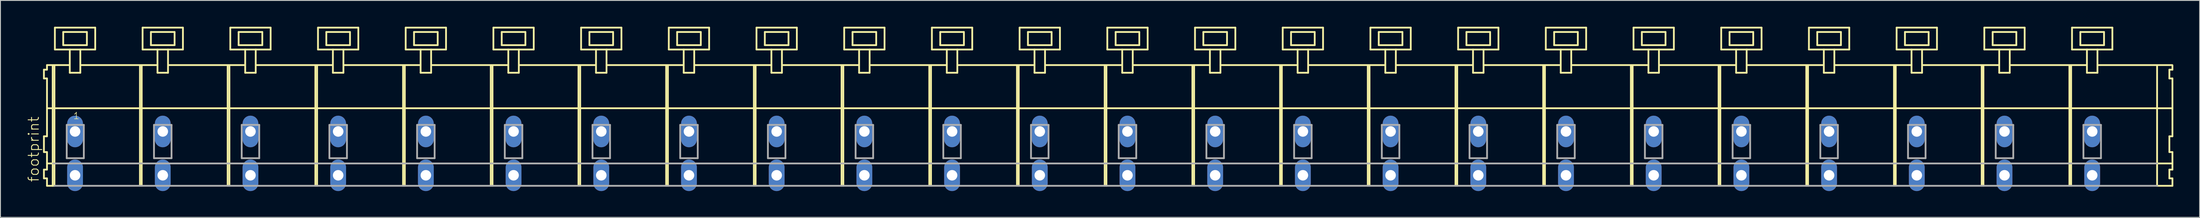
<source format=kicad_pcb>
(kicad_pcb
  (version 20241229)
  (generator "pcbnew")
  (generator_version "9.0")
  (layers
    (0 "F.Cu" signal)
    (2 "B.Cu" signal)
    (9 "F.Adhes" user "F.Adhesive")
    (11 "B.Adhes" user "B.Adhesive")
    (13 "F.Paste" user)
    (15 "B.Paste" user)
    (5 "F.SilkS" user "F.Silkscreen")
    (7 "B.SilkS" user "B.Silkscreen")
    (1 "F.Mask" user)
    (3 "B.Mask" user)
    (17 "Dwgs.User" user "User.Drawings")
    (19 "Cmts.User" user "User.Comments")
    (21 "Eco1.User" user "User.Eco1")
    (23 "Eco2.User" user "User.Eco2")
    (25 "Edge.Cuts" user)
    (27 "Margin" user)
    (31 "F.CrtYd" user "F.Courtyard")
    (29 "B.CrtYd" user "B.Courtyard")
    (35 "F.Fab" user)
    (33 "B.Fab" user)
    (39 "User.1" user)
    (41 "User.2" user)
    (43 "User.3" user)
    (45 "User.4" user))
  (footprint "footprint"
    (layer "F.Cu")
    (at 123.008 11.952)
    (property "Reference" "footprint" (at -121.535 5.855 90) (layer "F.SilkS") (effects (font (size 1.168 1.168) (thickness 0.102)) (justify left bottom)))
    (fp_line (start -121.05 -7.05) (end -121.05 -6.05) (stroke (width 0.203) (type solid)) (layer "F.SilkS"))
    (fp_line (start -121.05 -6.05) (end -120.7 -6.05) (stroke (width 0.203) (type solid)) (layer "F.SilkS"))
    (fp_line (start -121.05 0.55) (end -121.05 2.35) (stroke (width 0.203) (type solid)) (layer "F.SilkS"))
    (fp_line (start -121.05 2.35) (end -120.7 2.35) (stroke (width 0.203) (type solid)) (layer "F.SilkS"))
    (fp_line (start -121.05 4.35) (end -121.05 5.35) (stroke (width 0.203) (type solid)) (layer "F.SilkS"))
    (fp_line (start -121.05 5.35) (end -120.7 5.35) (stroke (width 0.203) (type solid)) (layer "F.SilkS"))
    (fp_line (start -120.7 -7.575) (end -120.7 -7.05) (stroke (width 0.203) (type solid)) (layer "F.SilkS"))
    (fp_line (start -120.7 -7.575) (end -118.125 -7.575) (stroke (width 0.203) (type solid)) (layer "F.SilkS"))
    (fp_line (start -120.7 -7.05) (end -121.05 -7.05) (stroke (width 0.203) (type solid)) (layer "F.SilkS"))
    (fp_line (start -120.7 -6.05) (end -120.7 0.55) (stroke (width 0.203) (type solid)) (layer "F.SilkS"))
    (fp_line (start -120.7 0.55) (end -121.05 0.55) (stroke (width 0.203) (type solid)) (layer "F.SilkS"))
    (fp_line (start -120.7 2.35) (end -120.7 4.35) (stroke (width 0.203) (type solid)) (layer "F.SilkS"))
    (fp_line (start -120.7 3.65) (end -120 3.65) (stroke (width 0.203) (type solid)) (layer "F.SilkS"))
    (fp_line (start -120.7 4.35) (end -121.05 4.35) (stroke (width 0.203) (type solid)) (layer "F.SilkS"))
    (fp_line (start -120.7 5.35) (end -120.7 6.2) (stroke (width 0.203) (type solid)) (layer "F.SilkS"))
    (fp_line (start -120.7 6.2) (end -120.05 6.2) (stroke (width 0.203) (type solid)) (layer "F.SilkS"))
    (fp_line (start -120.65 -2.65) (end 121.6 -2.65) (stroke (width 0.203) (type solid)) (layer "F.SilkS"))
    (fp_line (start -120.05 -7.55) (end -120.05 6.2) (stroke (width 0.203) (type solid)) (layer "F.SilkS"))
    (fp_line (start -120.05 6.2) (end -119.85 6.2) (stroke (width 0.203) (type solid)) (layer "F.SilkS"))
    (fp_line (start -119.85 -7.55) (end -119.85 6.2) (stroke (width 0.203) (type solid)) (layer "F.SilkS"))
    (fp_line (start -119.8 -11.85) (end -119.8 -9.35) (stroke (width 0.203) (type solid)) (layer "F.SilkS"))
    (fp_line (start -119.8 -9.35) (end -118.1 -9.35) (stroke (width 0.203) (type solid)) (layer "F.SilkS"))
    (fp_line (start -118.85 -11.35) (end -118.85 -9.85) (stroke (width 0.203) (type solid)) (layer "F.SilkS"))
    (fp_line (start -118.85 -9.85) (end -116.15 -9.85) (stroke (width 0.203) (type solid)) (layer "F.SilkS"))
    (fp_line (start -118.1 -9.35) (end -118.1 -6.7) (stroke (width 0.203) (type solid)) (layer "F.SilkS"))
    (fp_line (start -118.1 -9.35) (end -116.9 -9.35) (stroke (width 0.203) (type solid)) (layer "F.SilkS"))
    (fp_line (start -118.1 -6.7) (end -116.9 -6.7) (stroke (width 0.203) (type solid)) (layer "F.SilkS"))
    (fp_line (start -116.9 -9.35) (end -115.2 -9.35) (stroke (width 0.203) (type solid)) (layer "F.SilkS"))
    (fp_line (start -116.9 -6.7) (end -116.9 -9.35) (stroke (width 0.203) (type solid)) (layer "F.SilkS"))
    (fp_line (start -116.825 -7.575) (end -108.125 -7.575) (stroke (width 0.203) (type solid)) (layer "F.SilkS"))
    (fp_line (start -116.15 -11.35) (end -118.85 -11.35) (stroke (width 0.203) (type solid)) (layer "F.SilkS"))
    (fp_line (start -116.15 -9.85) (end -116.15 -11.35) (stroke (width 0.203) (type solid)) (layer "F.SilkS"))
    (fp_line (start -115.2 -11.85) (end -119.8 -11.85) (stroke (width 0.203) (type solid)) (layer "F.SilkS"))
    (fp_line (start -115.2 -9.35) (end -115.2 -11.85) (stroke (width 0.203) (type solid)) (layer "F.SilkS"))
    (fp_line (start -110.1 -7.55) (end -110.1 6.2) (stroke (width 0.203) (type solid)) (layer "F.SilkS"))
    (fp_line (start -109.9 -7.55) (end -109.9 6.2) (stroke (width 0.203) (type solid)) (layer "F.SilkS"))
    (fp_line (start -109.8 -11.85) (end -109.8 -9.35) (stroke (width 0.203) (type solid)) (layer "F.SilkS"))
    (fp_line (start -109.8 -9.35) (end -108.1 -9.35) (stroke (width 0.203) (type solid)) (layer "F.SilkS"))
    (fp_line (start -108.85 -11.35) (end -108.85 -9.85) (stroke (width 0.203) (type solid)) (layer "F.SilkS"))
    (fp_line (start -108.85 -9.85) (end -106.15 -9.85) (stroke (width 0.203) (type solid)) (layer "F.SilkS"))
    (fp_line (start -108.1 -9.35) (end -108.1 -6.7) (stroke (width 0.203) (type solid)) (layer "F.SilkS"))
    (fp_line (start -108.1 -9.35) (end -106.9 -9.35) (stroke (width 0.203) (type solid)) (layer "F.SilkS"))
    (fp_line (start -108.1 -6.7) (end -106.9 -6.7) (stroke (width 0.203) (type solid)) (layer "F.SilkS"))
    (fp_line (start -106.9 -9.35) (end -105.2 -9.35) (stroke (width 0.203) (type solid)) (layer "F.SilkS"))
    (fp_line (start -106.9 -6.7) (end -106.9 -9.35) (stroke (width 0.203) (type solid)) (layer "F.SilkS"))
    (fp_line (start -106.825 -7.575) (end -98.125 -7.575) (stroke (width 0.203) (type solid)) (layer "F.SilkS"))
    (fp_line (start -106.15 -11.35) (end -108.85 -11.35) (stroke (width 0.203) (type solid)) (layer "F.SilkS"))
    (fp_line (start -106.15 -9.85) (end -106.15 -11.35) (stroke (width 0.203) (type solid)) (layer "F.SilkS"))
    (fp_line (start -105.2 -11.85) (end -109.8 -11.85) (stroke (width 0.203) (type solid)) (layer "F.SilkS"))
    (fp_line (start -105.2 -9.35) (end -105.2 -11.85) (stroke (width 0.203) (type solid)) (layer "F.SilkS"))
    (fp_line (start -100.1 -7.55) (end -100.1 6.2) (stroke (width 0.203) (type solid)) (layer "F.SilkS"))
    (fp_line (start -99.9 -7.55) (end -99.9 6.2) (stroke (width 0.203) (type solid)) (layer "F.SilkS"))
    (fp_line (start -99.8 -11.85) (end -99.8 -9.35) (stroke (width 0.203) (type solid)) (layer "F.SilkS"))
    (fp_line (start -99.8 -9.35) (end -98.1 -9.35) (stroke (width 0.203) (type solid)) (layer "F.SilkS"))
    (fp_line (start -98.85 -11.35) (end -98.85 -9.85) (stroke (width 0.203) (type solid)) (layer "F.SilkS"))
    (fp_line (start -98.85 -9.85) (end -96.15 -9.85) (stroke (width 0.203) (type solid)) (layer "F.SilkS"))
    (fp_line (start -98.1 -9.35) (end -98.1 -6.7) (stroke (width 0.203) (type solid)) (layer "F.SilkS"))
    (fp_line (start -98.1 -9.35) (end -96.9 -9.35) (stroke (width 0.203) (type solid)) (layer "F.SilkS"))
    (fp_line (start -98.1 -6.7) (end -96.9 -6.7) (stroke (width 0.203) (type solid)) (layer "F.SilkS"))
    (fp_line (start -96.9 -9.35) (end -95.2 -9.35) (stroke (width 0.203) (type solid)) (layer "F.SilkS"))
    (fp_line (start -96.9 -6.7) (end -96.9 -9.35) (stroke (width 0.203) (type solid)) (layer "F.SilkS"))
    (fp_line (start -96.825 -7.575) (end -88.125 -7.575) (stroke (width 0.203) (type solid)) (layer "F.SilkS"))
    (fp_line (start -96.15 -11.35) (end -98.85 -11.35) (stroke (width 0.203) (type solid)) (layer "F.SilkS"))
    (fp_line (start -96.15 -9.85) (end -96.15 -11.35) (stroke (width 0.203) (type solid)) (layer "F.SilkS"))
    (fp_line (start -95.2 -11.85) (end -99.8 -11.85) (stroke (width 0.203) (type solid)) (layer "F.SilkS"))
    (fp_line (start -95.2 -9.35) (end -95.2 -11.85) (stroke (width 0.203) (type solid)) (layer "F.SilkS"))
    (fp_line (start -90.1 -7.55) (end -90.1 6.2) (stroke (width 0.203) (type solid)) (layer "F.SilkS"))
    (fp_line (start -89.9 -7.55) (end -89.9 6.2) (stroke (width 0.203) (type solid)) (layer "F.SilkS"))
    (fp_line (start -89.8 -11.85) (end -89.8 -9.35) (stroke (width 0.203) (type solid)) (layer "F.SilkS"))
    (fp_line (start -89.8 -9.35) (end -88.1 -9.35) (stroke (width 0.203) (type solid)) (layer "F.SilkS"))
    (fp_line (start -88.85 -11.35) (end -88.85 -9.85) (stroke (width 0.203) (type solid)) (layer "F.SilkS"))
    (fp_line (start -88.85 -9.85) (end -86.15 -9.85) (stroke (width 0.203) (type solid)) (layer "F.SilkS"))
    (fp_line (start -88.1 -9.35) (end -88.1 -6.7) (stroke (width 0.203) (type solid)) (layer "F.SilkS"))
    (fp_line (start -88.1 -9.35) (end -86.9 -9.35) (stroke (width 0.203) (type solid)) (layer "F.SilkS"))
    (fp_line (start -88.1 -6.7) (end -86.9 -6.7) (stroke (width 0.203) (type solid)) (layer "F.SilkS"))
    (fp_line (start -86.9 -9.35) (end -85.2 -9.35) (stroke (width 0.203) (type solid)) (layer "F.SilkS"))
    (fp_line (start -86.9 -6.7) (end -86.9 -9.35) (stroke (width 0.203) (type solid)) (layer "F.SilkS"))
    (fp_line (start -86.825 -7.575) (end -78.125 -7.575) (stroke (width 0.203) (type solid)) (layer "F.SilkS"))
    (fp_line (start -86.15 -11.35) (end -88.85 -11.35) (stroke (width 0.203) (type solid)) (layer "F.SilkS"))
    (fp_line (start -86.15 -9.85) (end -86.15 -11.35) (stroke (width 0.203) (type solid)) (layer "F.SilkS"))
    (fp_line (start -85.2 -11.85) (end -89.8 -11.85) (stroke (width 0.203) (type solid)) (layer "F.SilkS"))
    (fp_line (start -85.2 -9.35) (end -85.2 -11.85) (stroke (width 0.203) (type solid)) (layer "F.SilkS"))
    (fp_line (start -80.1 -7.55) (end -80.1 6.2) (stroke (width 0.203) (type solid)) (layer "F.SilkS"))
    (fp_line (start -79.9 -7.55) (end -79.9 6.2) (stroke (width 0.203) (type solid)) (layer "F.SilkS"))
    (fp_line (start -79.8 -11.85) (end -79.8 -9.35) (stroke (width 0.203) (type solid)) (layer "F.SilkS"))
    (fp_line (start -79.8 -9.35) (end -78.1 -9.35) (stroke (width 0.203) (type solid)) (layer "F.SilkS"))
    (fp_line (start -78.85 -11.35) (end -78.85 -9.85) (stroke (width 0.203) (type solid)) (layer "F.SilkS"))
    (fp_line (start -78.85 -9.85) (end -76.15 -9.85) (stroke (width 0.203) (type solid)) (layer "F.SilkS"))
    (fp_line (start -78.1 -9.35) (end -78.1 -6.7) (stroke (width 0.203) (type solid)) (layer "F.SilkS"))
    (fp_line (start -78.1 -9.35) (end -76.9 -9.35) (stroke (width 0.203) (type solid)) (layer "F.SilkS"))
    (fp_line (start -78.1 -6.7) (end -76.9 -6.7) (stroke (width 0.203) (type solid)) (layer "F.SilkS"))
    (fp_line (start -76.9 -9.35) (end -75.2 -9.35) (stroke (width 0.203) (type solid)) (layer "F.SilkS"))
    (fp_line (start -76.9 -6.7) (end -76.9 -9.35) (stroke (width 0.203) (type solid)) (layer "F.SilkS"))
    (fp_line (start -76.825 -7.575) (end -68.125 -7.575) (stroke (width 0.203) (type solid)) (layer "F.SilkS"))
    (fp_line (start -76.15 -11.35) (end -78.85 -11.35) (stroke (width 0.203) (type solid)) (layer "F.SilkS"))
    (fp_line (start -76.15 -9.85) (end -76.15 -11.35) (stroke (width 0.203) (type solid)) (layer "F.SilkS"))
    (fp_line (start -75.2 -11.85) (end -79.8 -11.85) (stroke (width 0.203) (type solid)) (layer "F.SilkS"))
    (fp_line (start -75.2 -9.35) (end -75.2 -11.85) (stroke (width 0.203) (type solid)) (layer "F.SilkS"))
    (fp_line (start -70.1 -7.55) (end -70.1 6.2) (stroke (width 0.203) (type solid)) (layer "F.SilkS"))
    (fp_line (start -69.9 -7.55) (end -69.9 6.2) (stroke (width 0.203) (type solid)) (layer "F.SilkS"))
    (fp_line (start -69.8 -11.85) (end -69.8 -9.35) (stroke (width 0.203) (type solid)) (layer "F.SilkS"))
    (fp_line (start -69.8 -9.35) (end -68.1 -9.35) (stroke (width 0.203) (type solid)) (layer "F.SilkS"))
    (fp_line (start -68.85 -11.35) (end -68.85 -9.85) (stroke (width 0.203) (type solid)) (layer "F.SilkS"))
    (fp_line (start -68.85 -9.85) (end -66.15 -9.85) (stroke (width 0.203) (type solid)) (layer "F.SilkS"))
    (fp_line (start -68.1 -9.35) (end -68.1 -6.7) (stroke (width 0.203) (type solid)) (layer "F.SilkS"))
    (fp_line (start -68.1 -9.35) (end -66.9 -9.35) (stroke (width 0.203) (type solid)) (layer "F.SilkS"))
    (fp_line (start -68.1 -6.7) (end -66.9 -6.7) (stroke (width 0.203) (type solid)) (layer "F.SilkS"))
    (fp_line (start -66.9 -9.35) (end -65.2 -9.35) (stroke (width 0.203) (type solid)) (layer "F.SilkS"))
    (fp_line (start -66.9 -6.7) (end -66.9 -9.35) (stroke (width 0.203) (type solid)) (layer "F.SilkS"))
    (fp_line (start -66.825 -7.575) (end -58.125 -7.575) (stroke (width 0.203) (type solid)) (layer "F.SilkS"))
    (fp_line (start -66.15 -11.35) (end -68.85 -11.35) (stroke (width 0.203) (type solid)) (layer "F.SilkS"))
    (fp_line (start -66.15 -9.85) (end -66.15 -11.35) (stroke (width 0.203) (type solid)) (layer "F.SilkS"))
    (fp_line (start -65.2 -11.85) (end -69.8 -11.85) (stroke (width 0.203) (type solid)) (layer "F.SilkS"))
    (fp_line (start -65.2 -9.35) (end -65.2 -11.85) (stroke (width 0.203) (type solid)) (layer "F.SilkS"))
    (fp_line (start -60.1 -7.55) (end -60.1 6.2) (stroke (width 0.203) (type solid)) (layer "F.SilkS"))
    (fp_line (start -59.9 -7.55) (end -59.9 6.2) (stroke (width 0.203) (type solid)) (layer "F.SilkS"))
    (fp_line (start -59.8 -11.85) (end -59.8 -9.35) (stroke (width 0.203) (type solid)) (layer "F.SilkS"))
    (fp_line (start -59.8 -9.35) (end -58.1 -9.35) (stroke (width 0.203) (type solid)) (layer "F.SilkS"))
    (fp_line (start -58.85 -11.35) (end -58.85 -9.85) (stroke (width 0.203) (type solid)) (layer "F.SilkS"))
    (fp_line (start -58.85 -9.85) (end -56.15 -9.85) (stroke (width 0.203) (type solid)) (layer "F.SilkS"))
    (fp_line (start -58.1 -9.35) (end -58.1 -6.7) (stroke (width 0.203) (type solid)) (layer "F.SilkS"))
    (fp_line (start -58.1 -9.35) (end -56.9 -9.35) (stroke (width 0.203) (type solid)) (layer "F.SilkS"))
    (fp_line (start -58.1 -6.7) (end -56.9 -6.7) (stroke (width 0.203) (type solid)) (layer "F.SilkS"))
    (fp_line (start -56.9 -9.35) (end -55.2 -9.35) (stroke (width 0.203) (type solid)) (layer "F.SilkS"))
    (fp_line (start -56.9 -6.7) (end -56.9 -9.35) (stroke (width 0.203) (type solid)) (layer "F.SilkS"))
    (fp_line (start -56.825 -7.575) (end -48.125 -7.575) (stroke (width 0.203) (type solid)) (layer "F.SilkS"))
    (fp_line (start -56.15 -11.35) (end -58.85 -11.35) (stroke (width 0.203) (type solid)) (layer "F.SilkS"))
    (fp_line (start -56.15 -9.85) (end -56.15 -11.35) (stroke (width 0.203) (type solid)) (layer "F.SilkS"))
    (fp_line (start -55.2 -11.85) (end -59.8 -11.85) (stroke (width 0.203) (type solid)) (layer "F.SilkS"))
    (fp_line (start -55.2 -9.35) (end -55.2 -11.85) (stroke (width 0.203) (type solid)) (layer "F.SilkS"))
    (fp_line (start -50.1 -7.55) (end -50.1 6.2) (stroke (width 0.203) (type solid)) (layer "F.SilkS"))
    (fp_line (start -49.9 -7.55) (end -49.9 6.2) (stroke (width 0.203) (type solid)) (layer "F.SilkS"))
    (fp_line (start -49.8 -11.85) (end -49.8 -9.35) (stroke (width 0.203) (type solid)) (layer "F.SilkS"))
    (fp_line (start -49.8 -9.35) (end -48.1 -9.35) (stroke (width 0.203) (type solid)) (layer "F.SilkS"))
    (fp_line (start -48.85 -11.35) (end -48.85 -9.85) (stroke (width 0.203) (type solid)) (layer "F.SilkS"))
    (fp_line (start -48.85 -9.85) (end -46.15 -9.85) (stroke (width 0.203) (type solid)) (layer "F.SilkS"))
    (fp_line (start -48.1 -9.35) (end -48.1 -6.7) (stroke (width 0.203) (type solid)) (layer "F.SilkS"))
    (fp_line (start -48.1 -9.35) (end -46.9 -9.35) (stroke (width 0.203) (type solid)) (layer "F.SilkS"))
    (fp_line (start -48.1 -6.7) (end -46.9 -6.7) (stroke (width 0.203) (type solid)) (layer "F.SilkS"))
    (fp_line (start -46.9 -9.35) (end -45.2 -9.35) (stroke (width 0.203) (type solid)) (layer "F.SilkS"))
    (fp_line (start -46.9 -6.7) (end -46.9 -9.35) (stroke (width 0.203) (type solid)) (layer "F.SilkS"))
    (fp_line (start -46.825 -7.575) (end -38.125 -7.575) (stroke (width 0.203) (type solid)) (layer "F.SilkS"))
    (fp_line (start -46.15 -11.35) (end -48.85 -11.35) (stroke (width 0.203) (type solid)) (layer "F.SilkS"))
    (fp_line (start -46.15 -9.85) (end -46.15 -11.35) (stroke (width 0.203) (type solid)) (layer "F.SilkS"))
    (fp_line (start -45.2 -11.85) (end -49.8 -11.85) (stroke (width 0.203) (type solid)) (layer "F.SilkS"))
    (fp_line (start -45.2 -9.35) (end -45.2 -11.85) (stroke (width 0.203) (type solid)) (layer "F.SilkS"))
    (fp_line (start -40.1 -7.55) (end -40.1 6.2) (stroke (width 0.203) (type solid)) (layer "F.SilkS"))
    (fp_line (start -39.9 -7.55) (end -39.9 6.2) (stroke (width 0.203) (type solid)) (layer "F.SilkS"))
    (fp_line (start -39.8 -11.85) (end -39.8 -9.35) (stroke (width 0.203) (type solid)) (layer "F.SilkS"))
    (fp_line (start -39.8 -9.35) (end -38.1 -9.35) (stroke (width 0.203) (type solid)) (layer "F.SilkS"))
    (fp_line (start -38.85 -11.35) (end -38.85 -9.85) (stroke (width 0.203) (type solid)) (layer "F.SilkS"))
    (fp_line (start -38.85 -9.85) (end -36.15 -9.85) (stroke (width 0.203) (type solid)) (layer "F.SilkS"))
    (fp_line (start -38.1 -9.35) (end -38.1 -6.7) (stroke (width 0.203) (type solid)) (layer "F.SilkS"))
    (fp_line (start -38.1 -9.35) (end -36.9 -9.35) (stroke (width 0.203) (type solid)) (layer "F.SilkS"))
    (fp_line (start -38.1 -6.7) (end -36.9 -6.7) (stroke (width 0.203) (type solid)) (layer "F.SilkS"))
    (fp_line (start -36.9 -9.35) (end -35.2 -9.35) (stroke (width 0.203) (type solid)) (layer "F.SilkS"))
    (fp_line (start -36.9 -6.7) (end -36.9 -9.35) (stroke (width 0.203) (type solid)) (layer "F.SilkS"))
    (fp_line (start -36.825 -7.575) (end -28.125 -7.575) (stroke (width 0.203) (type solid)) (layer "F.SilkS"))
    (fp_line (start -36.15 -11.35) (end -38.85 -11.35) (stroke (width 0.203) (type solid)) (layer "F.SilkS"))
    (fp_line (start -36.15 -9.85) (end -36.15 -11.35) (stroke (width 0.203) (type solid)) (layer "F.SilkS"))
    (fp_line (start -35.2 -11.85) (end -39.8 -11.85) (stroke (width 0.203) (type solid)) (layer "F.SilkS"))
    (fp_line (start -35.2 -9.35) (end -35.2 -11.85) (stroke (width 0.203) (type solid)) (layer "F.SilkS"))
    (fp_line (start -30.1 -7.55) (end -30.1 6.2) (stroke (width 0.203) (type solid)) (layer "F.SilkS"))
    (fp_line (start -29.9 -7.55) (end -29.9 6.2) (stroke (width 0.203) (type solid)) (layer "F.SilkS"))
    (fp_line (start -29.8 -11.85) (end -29.8 -9.35) (stroke (width 0.203) (type solid)) (layer "F.SilkS"))
    (fp_line (start -29.8 -9.35) (end -28.1 -9.35) (stroke (width 0.203) (type solid)) (layer "F.SilkS"))
    (fp_line (start -28.85 -11.35) (end -28.85 -9.85) (stroke (width 0.203) (type solid)) (layer "F.SilkS"))
    (fp_line (start -28.85 -9.85) (end -26.15 -9.85) (stroke (width 0.203) (type solid)) (layer "F.SilkS"))
    (fp_line (start -28.1 -9.35) (end -28.1 -6.7) (stroke (width 0.203) (type solid)) (layer "F.SilkS"))
    (fp_line (start -28.1 -9.35) (end -26.9 -9.35) (stroke (width 0.203) (type solid)) (layer "F.SilkS"))
    (fp_line (start -28.1 -6.7) (end -26.9 -6.7) (stroke (width 0.203) (type solid)) (layer "F.SilkS"))
    (fp_line (start -26.9 -9.35) (end -25.2 -9.35) (stroke (width 0.203) (type solid)) (layer "F.SilkS"))
    (fp_line (start -26.9 -6.7) (end -26.9 -9.35) (stroke (width 0.203) (type solid)) (layer "F.SilkS"))
    (fp_line (start -26.825 -7.575) (end -18.125 -7.575) (stroke (width 0.203) (type solid)) (layer "F.SilkS"))
    (fp_line (start -26.15 -11.35) (end -28.85 -11.35) (stroke (width 0.203) (type solid)) (layer "F.SilkS"))
    (fp_line (start -26.15 -9.85) (end -26.15 -11.35) (stroke (width 0.203) (type solid)) (layer "F.SilkS"))
    (fp_line (start -25.2 -11.85) (end -29.8 -11.85) (stroke (width 0.203) (type solid)) (layer "F.SilkS"))
    (fp_line (start -25.2 -9.35) (end -25.2 -11.85) (stroke (width 0.203) (type solid)) (layer "F.SilkS"))
    (fp_line (start -20.1 -7.55) (end -20.1 6.2) (stroke (width 0.203) (type solid)) (layer "F.SilkS"))
    (fp_line (start -19.9 -7.55) (end -19.9 6.2) (stroke (width 0.203) (type solid)) (layer "F.SilkS"))
    (fp_line (start -19.8 -11.85) (end -19.8 -9.35) (stroke (width 0.203) (type solid)) (layer "F.SilkS"))
    (fp_line (start -19.8 -9.35) (end -18.1 -9.35) (stroke (width 0.203) (type solid)) (layer "F.SilkS"))
    (fp_line (start -18.85 -11.35) (end -18.85 -9.85) (stroke (width 0.203) (type solid)) (layer "F.SilkS"))
    (fp_line (start -18.85 -9.85) (end -16.15 -9.85) (stroke (width 0.203) (type solid)) (layer "F.SilkS"))
    (fp_line (start -18.1 -9.35) (end -18.1 -6.7) (stroke (width 0.203) (type solid)) (layer "F.SilkS"))
    (fp_line (start -18.1 -9.35) (end -16.9 -9.35) (stroke (width 0.203) (type solid)) (layer "F.SilkS"))
    (fp_line (start -18.1 -6.7) (end -16.9 -6.7) (stroke (width 0.203) (type solid)) (layer "F.SilkS"))
    (fp_line (start -16.9 -9.35) (end -15.2 -9.35) (stroke (width 0.203) (type solid)) (layer "F.SilkS"))
    (fp_line (start -16.9 -6.7) (end -16.9 -9.35) (stroke (width 0.203) (type solid)) (layer "F.SilkS"))
    (fp_line (start -16.825 -7.575) (end -8.125 -7.575) (stroke (width 0.203) (type solid)) (layer "F.SilkS"))
    (fp_line (start -16.15 -11.35) (end -18.85 -11.35) (stroke (width 0.203) (type solid)) (layer "F.SilkS"))
    (fp_line (start -16.15 -9.85) (end -16.15 -11.35) (stroke (width 0.203) (type solid)) (layer "F.SilkS"))
    (fp_line (start -15.2 -11.85) (end -19.8 -11.85) (stroke (width 0.203) (type solid)) (layer "F.SilkS"))
    (fp_line (start -15.2 -9.35) (end -15.2 -11.85) (stroke (width 0.203) (type solid)) (layer "F.SilkS"))
    (fp_line (start -10.1 -7.55) (end -10.1 6.2) (stroke (width 0.203) (type solid)) (layer "F.SilkS"))
    (fp_line (start -9.9 -7.55) (end -9.9 6.2) (stroke (width 0.203) (type solid)) (layer "F.SilkS"))
    (fp_line (start -9.8 -11.85) (end -9.8 -9.35) (stroke (width 0.203) (type solid)) (layer "F.SilkS"))
    (fp_line (start -9.8 -9.35) (end -8.1 -9.35) (stroke (width 0.203) (type solid)) (layer "F.SilkS"))
    (fp_line (start -8.85 -11.35) (end -8.85 -9.85) (stroke (width 0.203) (type solid)) (layer "F.SilkS"))
    (fp_line (start -8.85 -9.85) (end -6.15 -9.85) (stroke (width 0.203) (type solid)) (layer "F.SilkS"))
    (fp_line (start -8.1 -9.35) (end -8.1 -6.7) (stroke (width 0.203) (type solid)) (layer "F.SilkS"))
    (fp_line (start -8.1 -9.35) (end -6.9 -9.35) (stroke (width 0.203) (type solid)) (layer "F.SilkS"))
    (fp_line (start -8.1 -6.7) (end -6.9 -6.7) (stroke (width 0.203) (type solid)) (layer "F.SilkS"))
    (fp_line (start -6.9 -9.35) (end -5.2 -9.35) (stroke (width 0.203) (type solid)) (layer "F.SilkS"))
    (fp_line (start -6.9 -6.7) (end -6.9 -9.35) (stroke (width 0.203) (type solid)) (layer "F.SilkS"))
    (fp_line (start -6.825 -7.575) (end 1.875 -7.575) (stroke (width 0.203) (type solid)) (layer "F.SilkS"))
    (fp_line (start -6.15 -11.35) (end -8.85 -11.35) (stroke (width 0.203) (type solid)) (layer "F.SilkS"))
    (fp_line (start -6.15 -9.85) (end -6.15 -11.35) (stroke (width 0.203) (type solid)) (layer "F.SilkS"))
    (fp_line (start -5.2 -11.85) (end -9.8 -11.85) (stroke (width 0.203) (type solid)) (layer "F.SilkS"))
    (fp_line (start -5.2 -9.35) (end -5.2 -11.85) (stroke (width 0.203) (type solid)) (layer "F.SilkS"))
    (fp_line (start -0.1 -7.55) (end -0.1 6.2) (stroke (width 0.203) (type solid)) (layer "F.SilkS"))
    (fp_line (start 0.1 -7.55) (end 0.1 6.2) (stroke (width 0.203) (type solid)) (layer "F.SilkS"))
    (fp_line (start 0.2 -11.85) (end 0.2 -9.35) (stroke (width 0.203) (type solid)) (layer "F.SilkS"))
    (fp_line (start 0.2 -9.35) (end 1.9 -9.35) (stroke (width 0.203) (type solid)) (layer "F.SilkS"))
    (fp_line (start 1.15 -11.35) (end 1.15 -9.85) (stroke (width 0.203) (type solid)) (layer "F.SilkS"))
    (fp_line (start 1.15 -9.85) (end 3.85 -9.85) (stroke (width 0.203) (type solid)) (layer "F.SilkS"))
    (fp_line (start 1.9 -9.35) (end 1.9 -6.7) (stroke (width 0.203) (type solid)) (layer "F.SilkS"))
    (fp_line (start 1.9 -9.35) (end 3.1 -9.35) (stroke (width 0.203) (type solid)) (layer "F.SilkS"))
    (fp_line (start 1.9 -6.7) (end 3.1 -6.7) (stroke (width 0.203) (type solid)) (layer "F.SilkS"))
    (fp_line (start 3.1 -9.35) (end 4.8 -9.35) (stroke (width 0.203) (type solid)) (layer "F.SilkS"))
    (fp_line (start 3.1 -6.7) (end 3.1 -9.35) (stroke (width 0.203) (type solid)) (layer "F.SilkS"))
    (fp_line (start 3.175 -7.575) (end 11.875 -7.575) (stroke (width 0.203) (type solid)) (layer "F.SilkS"))
    (fp_line (start 3.85 -11.35) (end 1.15 -11.35) (stroke (width 0.203) (type solid)) (layer "F.SilkS"))
    (fp_line (start 3.85 -9.85) (end 3.85 -11.35) (stroke (width 0.203) (type solid)) (layer "F.SilkS"))
    (fp_line (start 4.8 -11.85) (end 0.2 -11.85) (stroke (width 0.203) (type solid)) (layer "F.SilkS"))
    (fp_line (start 4.8 -9.35) (end 4.8 -11.85) (stroke (width 0.203) (type solid)) (layer "F.SilkS"))
    (fp_line (start 9.9 -7.55) (end 9.9 6.2) (stroke (width 0.203) (type solid)) (layer "F.SilkS"))
    (fp_line (start 10.1 -7.55) (end 10.1 6.2) (stroke (width 0.203) (type solid)) (layer "F.SilkS"))
    (fp_line (start 10.2 -11.85) (end 10.2 -9.35) (stroke (width 0.203) (type solid)) (layer "F.SilkS"))
    (fp_line (start 10.2 -9.35) (end 11.9 -9.35) (stroke (width 0.203) (type solid)) (layer "F.SilkS"))
    (fp_line (start 11.15 -11.35) (end 11.15 -9.85) (stroke (width 0.203) (type solid)) (layer "F.SilkS"))
    (fp_line (start 11.15 -9.85) (end 13.85 -9.85) (stroke (width 0.203) (type solid)) (layer "F.SilkS"))
    (fp_line (start 11.9 -9.35) (end 11.9 -6.7) (stroke (width 0.203) (type solid)) (layer "F.SilkS"))
    (fp_line (start 11.9 -9.35) (end 13.1 -9.35) (stroke (width 0.203) (type solid)) (layer "F.SilkS"))
    (fp_line (start 11.9 -6.7) (end 13.1 -6.7) (stroke (width 0.203) (type solid)) (layer "F.SilkS"))
    (fp_line (start 13.1 -9.35) (end 14.8 -9.35) (stroke (width 0.203) (type solid)) (layer "F.SilkS"))
    (fp_line (start 13.1 -6.7) (end 13.1 -9.35) (stroke (width 0.203) (type solid)) (layer "F.SilkS"))
    (fp_line (start 13.175 -7.575) (end 21.875 -7.575) (stroke (width 0.203) (type solid)) (layer "F.SilkS"))
    (fp_line (start 13.85 -11.35) (end 11.15 -11.35) (stroke (width 0.203) (type solid)) (layer "F.SilkS"))
    (fp_line (start 13.85 -9.85) (end 13.85 -11.35) (stroke (width 0.203) (type solid)) (layer "F.SilkS"))
    (fp_line (start 14.8 -11.85) (end 10.2 -11.85) (stroke (width 0.203) (type solid)) (layer "F.SilkS"))
    (fp_line (start 14.8 -9.35) (end 14.8 -11.85) (stroke (width 0.203) (type solid)) (layer "F.SilkS"))
    (fp_line (start 19.9 -7.55) (end 19.9 6.2) (stroke (width 0.203) (type solid)) (layer "F.SilkS"))
    (fp_line (start 20.1 -7.55) (end 20.1 6.2) (stroke (width 0.203) (type solid)) (layer "F.SilkS"))
    (fp_line (start 20.2 -11.85) (end 20.2 -9.35) (stroke (width 0.203) (type solid)) (layer "F.SilkS"))
    (fp_line (start 20.2 -9.35) (end 21.9 -9.35) (stroke (width 0.203) (type solid)) (layer "F.SilkS"))
    (fp_line (start 21.15 -11.35) (end 21.15 -9.85) (stroke (width 0.203) (type solid)) (layer "F.SilkS"))
    (fp_line (start 21.15 -9.85) (end 23.85 -9.85) (stroke (width 0.203) (type solid)) (layer "F.SilkS"))
    (fp_line (start 21.9 -9.35) (end 21.9 -6.7) (stroke (width 0.203) (type solid)) (layer "F.SilkS"))
    (fp_line (start 21.9 -9.35) (end 23.1 -9.35) (stroke (width 0.203) (type solid)) (layer "F.SilkS"))
    (fp_line (start 21.9 -6.7) (end 23.1 -6.7) (stroke (width 0.203) (type solid)) (layer "F.SilkS"))
    (fp_line (start 23.1 -9.35) (end 24.8 -9.35) (stroke (width 0.203) (type solid)) (layer "F.SilkS"))
    (fp_line (start 23.1 -6.7) (end 23.1 -9.35) (stroke (width 0.203) (type solid)) (layer "F.SilkS"))
    (fp_line (start 23.175 -7.575) (end 31.875 -7.575) (stroke (width 0.203) (type solid)) (layer "F.SilkS"))
    (fp_line (start 23.85 -11.35) (end 21.15 -11.35) (stroke (width 0.203) (type solid)) (layer "F.SilkS"))
    (fp_line (start 23.85 -9.85) (end 23.85 -11.35) (stroke (width 0.203) (type solid)) (layer "F.SilkS"))
    (fp_line (start 24.8 -11.85) (end 20.2 -11.85) (stroke (width 0.203) (type solid)) (layer "F.SilkS"))
    (fp_line (start 24.8 -9.35) (end 24.8 -11.85) (stroke (width 0.203) (type solid)) (layer "F.SilkS"))
    (fp_line (start 29.9 -7.55) (end 29.9 6.2) (stroke (width 0.203) (type solid)) (layer "F.SilkS"))
    (fp_line (start 30.1 -7.55) (end 30.1 6.2) (stroke (width 0.203) (type solid)) (layer "F.SilkS"))
    (fp_line (start 30.2 -11.85) (end 30.2 -9.35) (stroke (width 0.203) (type solid)) (layer "F.SilkS"))
    (fp_line (start 30.2 -9.35) (end 31.9 -9.35) (stroke (width 0.203) (type solid)) (layer "F.SilkS"))
    (fp_line (start 31.15 -11.35) (end 31.15 -9.85) (stroke (width 0.203) (type solid)) (layer "F.SilkS"))
    (fp_line (start 31.15 -9.85) (end 33.85 -9.85) (stroke (width 0.203) (type solid)) (layer "F.SilkS"))
    (fp_line (start 31.9 -9.35) (end 31.9 -6.7) (stroke (width 0.203) (type solid)) (layer "F.SilkS"))
    (fp_line (start 31.9 -9.35) (end 33.1 -9.35) (stroke (width 0.203) (type solid)) (layer "F.SilkS"))
    (fp_line (start 31.9 -6.7) (end 33.1 -6.7) (stroke (width 0.203) (type solid)) (layer "F.SilkS"))
    (fp_line (start 33.1 -9.35) (end 34.8 -9.35) (stroke (width 0.203) (type solid)) (layer "F.SilkS"))
    (fp_line (start 33.1 -6.7) (end 33.1 -9.35) (stroke (width 0.203) (type solid)) (layer "F.SilkS"))
    (fp_line (start 33.175 -7.575) (end 41.875 -7.575) (stroke (width 0.203) (type solid)) (layer "F.SilkS"))
    (fp_line (start 33.85 -11.35) (end 31.15 -11.35) (stroke (width 0.203) (type solid)) (layer "F.SilkS"))
    (fp_line (start 33.85 -9.85) (end 33.85 -11.35) (stroke (width 0.203) (type solid)) (layer "F.SilkS"))
    (fp_line (start 34.8 -11.85) (end 30.2 -11.85) (stroke (width 0.203) (type solid)) (layer "F.SilkS"))
    (fp_line (start 34.8 -9.35) (end 34.8 -11.85) (stroke (width 0.203) (type solid)) (layer "F.SilkS"))
    (fp_line (start 39.9 -7.55) (end 39.9 6.2) (stroke (width 0.203) (type solid)) (layer "F.SilkS"))
    (fp_line (start 40.1 -7.55) (end 40.1 6.2) (stroke (width 0.203) (type solid)) (layer "F.SilkS"))
    (fp_line (start 40.2 -11.85) (end 40.2 -9.35) (stroke (width 0.203) (type solid)) (layer "F.SilkS"))
    (fp_line (start 40.2 -9.35) (end 41.9 -9.35) (stroke (width 0.203) (type solid)) (layer "F.SilkS"))
    (fp_line (start 41.15 -11.35) (end 41.15 -9.85) (stroke (width 0.203) (type solid)) (layer "F.SilkS"))
    (fp_line (start 41.15 -9.85) (end 43.85 -9.85) (stroke (width 0.203) (type solid)) (layer "F.SilkS"))
    (fp_line (start 41.9 -9.35) (end 41.9 -6.7) (stroke (width 0.203) (type solid)) (layer "F.SilkS"))
    (fp_line (start 41.9 -9.35) (end 43.1 -9.35) (stroke (width 0.203) (type solid)) (layer "F.SilkS"))
    (fp_line (start 41.9 -6.7) (end 43.1 -6.7) (stroke (width 0.203) (type solid)) (layer "F.SilkS"))
    (fp_line (start 43.1 -9.35) (end 44.8 -9.35) (stroke (width 0.203) (type solid)) (layer "F.SilkS"))
    (fp_line (start 43.1 -6.7) (end 43.1 -9.35) (stroke (width 0.203) (type solid)) (layer "F.SilkS"))
    (fp_line (start 43.175 -7.575) (end 51.875 -7.575) (stroke (width 0.203) (type solid)) (layer "F.SilkS"))
    (fp_line (start 43.85 -11.35) (end 41.15 -11.35) (stroke (width 0.203) (type solid)) (layer "F.SilkS"))
    (fp_line (start 43.85 -9.85) (end 43.85 -11.35) (stroke (width 0.203) (type solid)) (layer "F.SilkS"))
    (fp_line (start 44.8 -11.85) (end 40.2 -11.85) (stroke (width 0.203) (type solid)) (layer "F.SilkS"))
    (fp_line (start 44.8 -9.35) (end 44.8 -11.85) (stroke (width 0.203) (type solid)) (layer "F.SilkS"))
    (fp_line (start 49.9 -7.55) (end 49.9 6.2) (stroke (width 0.203) (type solid)) (layer "F.SilkS"))
    (fp_line (start 50.1 -7.55) (end 50.1 6.2) (stroke (width 0.203) (type solid)) (layer "F.SilkS"))
    (fp_line (start 50.2 -11.85) (end 50.2 -9.35) (stroke (width 0.203) (type solid)) (layer "F.SilkS"))
    (fp_line (start 50.2 -9.35) (end 51.9 -9.35) (stroke (width 0.203) (type solid)) (layer "F.SilkS"))
    (fp_line (start 51.15 -11.35) (end 51.15 -9.85) (stroke (width 0.203) (type solid)) (layer "F.SilkS"))
    (fp_line (start 51.15 -9.85) (end 53.85 -9.85) (stroke (width 0.203) (type solid)) (layer "F.SilkS"))
    (fp_line (start 51.9 -9.35) (end 51.9 -6.7) (stroke (width 0.203) (type solid)) (layer "F.SilkS"))
    (fp_line (start 51.9 -9.35) (end 53.1 -9.35) (stroke (width 0.203) (type solid)) (layer "F.SilkS"))
    (fp_line (start 51.9 -6.7) (end 53.1 -6.7) (stroke (width 0.203) (type solid)) (layer "F.SilkS"))
    (fp_line (start 53.1 -9.35) (end 54.8 -9.35) (stroke (width 0.203) (type solid)) (layer "F.SilkS"))
    (fp_line (start 53.1 -6.7) (end 53.1 -9.35) (stroke (width 0.203) (type solid)) (layer "F.SilkS"))
    (fp_line (start 53.175 -7.575) (end 61.875 -7.575) (stroke (width 0.203) (type solid)) (layer "F.SilkS"))
    (fp_line (start 53.85 -11.35) (end 51.15 -11.35) (stroke (width 0.203) (type solid)) (layer "F.SilkS"))
    (fp_line (start 53.85 -9.85) (end 53.85 -11.35) (stroke (width 0.203) (type solid)) (layer "F.SilkS"))
    (fp_line (start 54.8 -11.85) (end 50.2 -11.85) (stroke (width 0.203) (type solid)) (layer "F.SilkS"))
    (fp_line (start 54.8 -9.35) (end 54.8 -11.85) (stroke (width 0.203) (type solid)) (layer "F.SilkS"))
    (fp_line (start 59.9 -7.55) (end 59.9 6.2) (stroke (width 0.203) (type solid)) (layer "F.SilkS"))
    (fp_line (start 60.1 -7.55) (end 60.1 6.2) (stroke (width 0.203) (type solid)) (layer "F.SilkS"))
    (fp_line (start 60.2 -11.85) (end 60.2 -9.35) (stroke (width 0.203) (type solid)) (layer "F.SilkS"))
    (fp_line (start 60.2 -9.35) (end 61.9 -9.35) (stroke (width 0.203) (type solid)) (layer "F.SilkS"))
    (fp_line (start 61.15 -11.35) (end 61.15 -9.85) (stroke (width 0.203) (type solid)) (layer "F.SilkS"))
    (fp_line (start 61.15 -9.85) (end 63.85 -9.85) (stroke (width 0.203) (type solid)) (layer "F.SilkS"))
    (fp_line (start 61.9 -9.35) (end 61.9 -6.7) (stroke (width 0.203) (type solid)) (layer "F.SilkS"))
    (fp_line (start 61.9 -9.35) (end 63.1 -9.35) (stroke (width 0.203) (type solid)) (layer "F.SilkS"))
    (fp_line (start 61.9 -6.7) (end 63.1 -6.7) (stroke (width 0.203) (type solid)) (layer "F.SilkS"))
    (fp_line (start 63.1 -9.35) (end 64.8 -9.35) (stroke (width 0.203) (type solid)) (layer "F.SilkS"))
    (fp_line (start 63.1 -6.7) (end 63.1 -9.35) (stroke (width 0.203) (type solid)) (layer "F.SilkS"))
    (fp_line (start 63.175 -7.575) (end 71.875 -7.575) (stroke (width 0.203) (type solid)) (layer "F.SilkS"))
    (fp_line (start 63.85 -11.35) (end 61.15 -11.35) (stroke (width 0.203) (type solid)) (layer "F.SilkS"))
    (fp_line (start 63.85 -9.85) (end 63.85 -11.35) (stroke (width 0.203) (type solid)) (layer "F.SilkS"))
    (fp_line (start 64.8 -11.85) (end 60.2 -11.85) (stroke (width 0.203) (type solid)) (layer "F.SilkS"))
    (fp_line (start 64.8 -9.35) (end 64.8 -11.85) (stroke (width 0.203) (type solid)) (layer "F.SilkS"))
    (fp_line (start 69.9 -7.55) (end 69.9 6.2) (stroke (width 0.203) (type solid)) (layer "F.SilkS"))
    (fp_line (start 70.1 -7.55) (end 70.1 6.2) (stroke (width 0.203) (type solid)) (layer "F.SilkS"))
    (fp_line (start 70.2 -11.85) (end 70.2 -9.35) (stroke (width 0.203) (type solid)) (layer "F.SilkS"))
    (fp_line (start 70.2 -9.35) (end 71.9 -9.35) (stroke (width 0.203) (type solid)) (layer "F.SilkS"))
    (fp_line (start 71.15 -11.35) (end 71.15 -9.85) (stroke (width 0.203) (type solid)) (layer "F.SilkS"))
    (fp_line (start 71.15 -9.85) (end 73.85 -9.85) (stroke (width 0.203) (type solid)) (layer "F.SilkS"))
    (fp_line (start 71.9 -9.35) (end 71.9 -6.7) (stroke (width 0.203) (type solid)) (layer "F.SilkS"))
    (fp_line (start 71.9 -9.35) (end 73.1 -9.35) (stroke (width 0.203) (type solid)) (layer "F.SilkS"))
    (fp_line (start 71.9 -6.7) (end 73.1 -6.7) (stroke (width 0.203) (type solid)) (layer "F.SilkS"))
    (fp_line (start 73.1 -9.35) (end 74.8 -9.35) (stroke (width 0.203) (type solid)) (layer "F.SilkS"))
    (fp_line (start 73.1 -6.7) (end 73.1 -9.35) (stroke (width 0.203) (type solid)) (layer "F.SilkS"))
    (fp_line (start 73.175 -7.575) (end 81.875 -7.575) (stroke (width 0.203) (type solid)) (layer "F.SilkS"))
    (fp_line (start 73.85 -11.35) (end 71.15 -11.35) (stroke (width 0.203) (type solid)) (layer "F.SilkS"))
    (fp_line (start 73.85 -9.85) (end 73.85 -11.35) (stroke (width 0.203) (type solid)) (layer "F.SilkS"))
    (fp_line (start 74.8 -11.85) (end 70.2 -11.85) (stroke (width 0.203) (type solid)) (layer "F.SilkS"))
    (fp_line (start 74.8 -9.35) (end 74.8 -11.85) (stroke (width 0.203) (type solid)) (layer "F.SilkS"))
    (fp_line (start 79.9 -7.55) (end 79.9 6.2) (stroke (width 0.203) (type solid)) (layer "F.SilkS"))
    (fp_line (start 80.1 -7.55) (end 80.1 6.2) (stroke (width 0.203) (type solid)) (layer "F.SilkS"))
    (fp_line (start 80.2 -11.85) (end 80.2 -9.35) (stroke (width 0.203) (type solid)) (layer "F.SilkS"))
    (fp_line (start 80.2 -9.35) (end 81.9 -9.35) (stroke (width 0.203) (type solid)) (layer "F.SilkS"))
    (fp_line (start 81.15 -11.35) (end 81.15 -9.85) (stroke (width 0.203) (type solid)) (layer "F.SilkS"))
    (fp_line (start 81.15 -9.85) (end 83.85 -9.85) (stroke (width 0.203) (type solid)) (layer "F.SilkS"))
    (fp_line (start 81.9 -9.35) (end 81.9 -6.7) (stroke (width 0.203) (type solid)) (layer "F.SilkS"))
    (fp_line (start 81.9 -9.35) (end 83.1 -9.35) (stroke (width 0.203) (type solid)) (layer "F.SilkS"))
    (fp_line (start 81.9 -6.7) (end 83.1 -6.7) (stroke (width 0.203) (type solid)) (layer "F.SilkS"))
    (fp_line (start 83.1 -9.35) (end 84.8 -9.35) (stroke (width 0.203) (type solid)) (layer "F.SilkS"))
    (fp_line (start 83.1 -6.7) (end 83.1 -9.35) (stroke (width 0.203) (type solid)) (layer "F.SilkS"))
    (fp_line (start 83.175 -7.575) (end 91.875 -7.575) (stroke (width 0.203) (type solid)) (layer "F.SilkS"))
    (fp_line (start 83.85 -11.35) (end 81.15 -11.35) (stroke (width 0.203) (type solid)) (layer "F.SilkS"))
    (fp_line (start 83.85 -9.85) (end 83.85 -11.35) (stroke (width 0.203) (type solid)) (layer "F.SilkS"))
    (fp_line (start 84.8 -11.85) (end 80.2 -11.85) (stroke (width 0.203) (type solid)) (layer "F.SilkS"))
    (fp_line (start 84.8 -9.35) (end 84.8 -11.85) (stroke (width 0.203) (type solid)) (layer "F.SilkS"))
    (fp_line (start 89.9 -7.55) (end 89.9 6.2) (stroke (width 0.203) (type solid)) (layer "F.SilkS"))
    (fp_line (start 90.1 -7.55) (end 90.1 6.2) (stroke (width 0.203) (type solid)) (layer "F.SilkS"))
    (fp_line (start 90.2 -11.85) (end 90.2 -9.35) (stroke (width 0.203) (type solid)) (layer "F.SilkS"))
    (fp_line (start 90.2 -9.35) (end 91.9 -9.35) (stroke (width 0.203) (type solid)) (layer "F.SilkS"))
    (fp_line (start 91.15 -11.35) (end 91.15 -9.85) (stroke (width 0.203) (type solid)) (layer "F.SilkS"))
    (fp_line (start 91.15 -9.85) (end 93.85 -9.85) (stroke (width 0.203) (type solid)) (layer "F.SilkS"))
    (fp_line (start 91.9 -9.35) (end 91.9 -6.7) (stroke (width 0.203) (type solid)) (layer "F.SilkS"))
    (fp_line (start 91.9 -9.35) (end 93.1 -9.35) (stroke (width 0.203) (type solid)) (layer "F.SilkS"))
    (fp_line (start 91.9 -6.7) (end 93.1 -6.7) (stroke (width 0.203) (type solid)) (layer "F.SilkS"))
    (fp_line (start 93.1 -9.35) (end 94.8 -9.35) (stroke (width 0.203) (type solid)) (layer "F.SilkS"))
    (fp_line (start 93.1 -6.7) (end 93.1 -9.35) (stroke (width 0.203) (type solid)) (layer "F.SilkS"))
    (fp_line (start 93.175 -7.575) (end 101.875 -7.575) (stroke (width 0.203) (type solid)) (layer "F.SilkS"))
    (fp_line (start 93.85 -11.35) (end 91.15 -11.35) (stroke (width 0.203) (type solid)) (layer "F.SilkS"))
    (fp_line (start 93.85 -9.85) (end 93.85 -11.35) (stroke (width 0.203) (type solid)) (layer "F.SilkS"))
    (fp_line (start 94.8 -11.85) (end 90.2 -11.85) (stroke (width 0.203) (type solid)) (layer "F.SilkS"))
    (fp_line (start 94.8 -9.35) (end 94.8 -11.85) (stroke (width 0.203) (type solid)) (layer "F.SilkS"))
    (fp_line (start 99.9 -7.55) (end 99.9 6.2) (stroke (width 0.203) (type solid)) (layer "F.SilkS"))
    (fp_line (start 100.1 -7.55) (end 100.1 6.2) (stroke (width 0.203) (type solid)) (layer "F.SilkS"))
    (fp_line (start 100.2 -11.85) (end 100.2 -9.35) (stroke (width 0.203) (type solid)) (layer "F.SilkS"))
    (fp_line (start 100.2 -9.35) (end 101.9 -9.35) (stroke (width 0.203) (type solid)) (layer "F.SilkS"))
    (fp_line (start 101.15 -11.35) (end 101.15 -9.85) (stroke (width 0.203) (type solid)) (layer "F.SilkS"))
    (fp_line (start 101.15 -9.85) (end 103.85 -9.85) (stroke (width 0.203) (type solid)) (layer "F.SilkS"))
    (fp_line (start 101.9 -9.35) (end 101.9 -6.7) (stroke (width 0.203) (type solid)) (layer "F.SilkS"))
    (fp_line (start 101.9 -9.35) (end 103.1 -9.35) (stroke (width 0.203) (type solid)) (layer "F.SilkS"))
    (fp_line (start 101.9 -6.7) (end 103.1 -6.7) (stroke (width 0.203) (type solid)) (layer "F.SilkS"))
    (fp_line (start 103.1 -9.35) (end 104.8 -9.35) (stroke (width 0.203) (type solid)) (layer "F.SilkS"))
    (fp_line (start 103.1 -6.7) (end 103.1 -9.35) (stroke (width 0.203) (type solid)) (layer "F.SilkS"))
    (fp_line (start 103.175 -7.575) (end 111.875 -7.575) (stroke (width 0.203) (type solid)) (layer "F.SilkS"))
    (fp_line (start 103.85 -11.35) (end 101.15 -11.35) (stroke (width 0.203) (type solid)) (layer "F.SilkS"))
    (fp_line (start 103.85 -9.85) (end 103.85 -11.35) (stroke (width 0.203) (type solid)) (layer "F.SilkS"))
    (fp_line (start 104.8 -11.85) (end 100.2 -11.85) (stroke (width 0.203) (type solid)) (layer "F.SilkS"))
    (fp_line (start 104.8 -9.35) (end 104.8 -11.85) (stroke (width 0.203) (type solid)) (layer "F.SilkS"))
    (fp_line (start 109.9 -7.55) (end 109.9 6.2) (stroke (width 0.203) (type solid)) (layer "F.SilkS"))
    (fp_line (start 110.1 -7.55) (end 110.1 6.2) (stroke (width 0.203) (type solid)) (layer "F.SilkS"))
    (fp_line (start 110.2 -11.85) (end 110.2 -9.35) (stroke (width 0.203) (type solid)) (layer "F.SilkS"))
    (fp_line (start 110.2 -9.35) (end 111.9 -9.35) (stroke (width 0.203) (type solid)) (layer "F.SilkS"))
    (fp_line (start 111.15 -11.35) (end 111.15 -9.85) (stroke (width 0.203) (type solid)) (layer "F.SilkS"))
    (fp_line (start 111.15 -9.85) (end 113.85 -9.85) (stroke (width 0.203) (type solid)) (layer "F.SilkS"))
    (fp_line (start 111.9 -9.35) (end 111.9 -6.7) (stroke (width 0.203) (type solid)) (layer "F.SilkS"))
    (fp_line (start 111.9 -9.35) (end 113.1 -9.35) (stroke (width 0.203) (type solid)) (layer "F.SilkS"))
    (fp_line (start 111.9 -6.7) (end 113.1 -6.7) (stroke (width 0.203) (type solid)) (layer "F.SilkS"))
    (fp_line (start 113.1 -9.35) (end 114.8 -9.35) (stroke (width 0.203) (type solid)) (layer "F.SilkS"))
    (fp_line (start 113.1 -6.7) (end 113.1 -9.35) (stroke (width 0.203) (type solid)) (layer "F.SilkS"))
    (fp_line (start 113.125 -7.575) (end 121.625 -7.575) (stroke (width 0.203) (type solid)) (layer "F.SilkS"))
    (fp_line (start 113.85 -11.35) (end 111.15 -11.35) (stroke (width 0.203) (type solid)) (layer "F.SilkS"))
    (fp_line (start 113.85 -9.85) (end 113.85 -11.35) (stroke (width 0.203) (type solid)) (layer "F.SilkS"))
    (fp_line (start 114.8 -11.85) (end 110.2 -11.85) (stroke (width 0.203) (type solid)) (layer "F.SilkS"))
    (fp_line (start 114.8 -9.35) (end 114.8 -11.85) (stroke (width 0.203) (type solid)) (layer "F.SilkS"))
    (fp_line (start 119.9 -7.55) (end 119.9 6.2) (stroke (width 0.203) (type solid)) (layer "F.SilkS"))
    (fp_line (start 119.9 6.2) (end 121.65 6.2) (stroke (width 0.203) (type solid)) (layer "F.SilkS"))
    (fp_line (start 119.95 3.65) (end 121.65 3.65) (stroke (width 0.203) (type solid)) (layer "F.SilkS"))
    (fp_line (start 121.3 -7.05) (end 121.3 -6.05) (stroke (width 0.203) (type solid)) (layer "F.SilkS"))
    (fp_line (start 121.3 -6.05) (end 121.65 -6.05) (stroke (width 0.203) (type solid)) (layer "F.SilkS"))
    (fp_line (start 121.3 0.55) (end 121.3 2.35) (stroke (width 0.203) (type solid)) (layer "F.SilkS"))
    (fp_line (start 121.3 2.35) (end 121.65 2.35) (stroke (width 0.203) (type solid)) (layer "F.SilkS"))
    (fp_line (start 121.3 4.35) (end 121.3 5.35) (stroke (width 0.203) (type solid)) (layer "F.SilkS"))
    (fp_line (start 121.3 5.35) (end 121.65 5.35) (stroke (width 0.203) (type solid)) (layer "F.SilkS"))
    (fp_line (start 121.65 -7.05) (end 121.3 -7.05) (stroke (width 0.203) (type solid)) (layer "F.SilkS"))
    (fp_line (start 121.65 -7.05) (end 121.65 -7.55) (stroke (width 0.203) (type solid)) (layer "F.SilkS"))
    (fp_line (start 121.65 0.55) (end 121.3 0.55) (stroke (width 0.203) (type solid)) (layer "F.SilkS"))
    (fp_line (start 121.65 0.55) (end 121.65 -6.05) (stroke (width 0.203) (type solid)) (layer "F.SilkS"))
    (fp_line (start 121.65 3.65) (end 121.65 2.35) (stroke (width 0.203) (type solid)) (layer "F.SilkS"))
    (fp_line (start 121.65 4.35) (end 121.3 4.35) (stroke (width 0.203) (type solid)) (layer "F.SilkS"))
    (fp_line (start 121.65 4.35) (end 121.65 3.65) (stroke (width 0.203) (type solid)) (layer "F.SilkS"))
    (fp_line (start 121.65 6.2) (end 121.65 5.35) (stroke (width 0.203) (type solid)) (layer "F.SilkS"))
    (fp_line (start -120 3.65) (end 119.9 3.65) (stroke (width 0.203) (type solid)) (layer "F.Fab"))
    (fp_line (start -119.85 6.2) (end 119.9 6.2) (stroke (width 0.203) (type solid)) (layer "F.Fab"))
    (fp_line (start -118.45 -0.75) (end -118.45 3.05) (stroke (width 0.203) (type solid)) (layer "F.Fab"))
    (fp_line (start -118.45 3.05) (end -116.5 3.05) (stroke (width 0.203) (type solid)) (layer "F.Fab"))
    (fp_line (start -116.5 -0.75) (end -118.45 -0.75) (stroke (width 0.203) (type solid)) (layer "F.Fab"))
    (fp_line (start -116.5 3.05) (end -116.5 -0.75) (stroke (width 0.203) (type solid)) (layer "F.Fab"))
    (fp_line (start -108.5 -0.75) (end -108.5 3.05) (stroke (width 0.203) (type solid)) (layer "F.Fab"))
    (fp_line (start -108.5 3.05) (end -106.5 3.05) (stroke (width 0.203) (type solid)) (layer "F.Fab"))
    (fp_line (start -106.5 -0.75) (end -108.5 -0.75) (stroke (width 0.203) (type solid)) (layer "F.Fab"))
    (fp_line (start -106.5 3.05) (end -106.5 -0.75) (stroke (width 0.203) (type solid)) (layer "F.Fab"))
    (fp_line (start -98.5 -0.75) (end -98.5 3.05) (stroke (width 0.203) (type solid)) (layer "F.Fab"))
    (fp_line (start -98.5 3.05) (end -96.5 3.05) (stroke (width 0.203) (type solid)) (layer "F.Fab"))
    (fp_line (start -96.5 -0.75) (end -98.5 -0.75) (stroke (width 0.203) (type solid)) (layer "F.Fab"))
    (fp_line (start -96.5 3.05) (end -96.5 -0.75) (stroke (width 0.203) (type solid)) (layer "F.Fab"))
    (fp_line (start -88.5 -0.75) (end -88.5 3.05) (stroke (width 0.203) (type solid)) (layer "F.Fab"))
    (fp_line (start -88.5 3.05) (end -86.5 3.05) (stroke (width 0.203) (type solid)) (layer "F.Fab"))
    (fp_line (start -86.5 -0.75) (end -88.5 -0.75) (stroke (width 0.203) (type solid)) (layer "F.Fab"))
    (fp_line (start -86.5 3.05) (end -86.5 -0.75) (stroke (width 0.203) (type solid)) (layer "F.Fab"))
    (fp_line (start -78.5 -0.75) (end -78.5 3.05) (stroke (width 0.203) (type solid)) (layer "F.Fab"))
    (fp_line (start -78.5 3.05) (end -76.5 3.05) (stroke (width 0.203) (type solid)) (layer "F.Fab"))
    (fp_line (start -76.5 -0.75) (end -78.5 -0.75) (stroke (width 0.203) (type solid)) (layer "F.Fab"))
    (fp_line (start -76.5 3.05) (end -76.5 -0.75) (stroke (width 0.203) (type solid)) (layer "F.Fab"))
    (fp_line (start -68.5 -0.75) (end -68.5 3.05) (stroke (width 0.203) (type solid)) (layer "F.Fab"))
    (fp_line (start -68.5 3.05) (end -66.5 3.05) (stroke (width 0.203) (type solid)) (layer "F.Fab"))
    (fp_line (start -66.5 -0.75) (end -68.5 -0.75) (stroke (width 0.203) (type solid)) (layer "F.Fab"))
    (fp_line (start -66.5 3.05) (end -66.5 -0.75) (stroke (width 0.203) (type solid)) (layer "F.Fab"))
    (fp_line (start -58.5 -0.75) (end -58.5 3.05) (stroke (width 0.203) (type solid)) (layer "F.Fab"))
    (fp_line (start -58.5 3.05) (end -56.5 3.05) (stroke (width 0.203) (type solid)) (layer "F.Fab"))
    (fp_line (start -56.5 -0.75) (end -58.5 -0.75) (stroke (width 0.203) (type solid)) (layer "F.Fab"))
    (fp_line (start -56.5 3.05) (end -56.5 -0.75) (stroke (width 0.203) (type solid)) (layer "F.Fab"))
    (fp_line (start -48.5 -0.75) (end -48.5 3.05) (stroke (width 0.203) (type solid)) (layer "F.Fab"))
    (fp_line (start -48.5 3.05) (end -46.5 3.05) (stroke (width 0.203) (type solid)) (layer "F.Fab"))
    (fp_line (start -46.5 -0.75) (end -48.5 -0.75) (stroke (width 0.203) (type solid)) (layer "F.Fab"))
    (fp_line (start -46.5 3.05) (end -46.5 -0.75) (stroke (width 0.203) (type solid)) (layer "F.Fab"))
    (fp_line (start -38.5 -0.75) (end -38.5 3.05) (stroke (width 0.203) (type solid)) (layer "F.Fab"))
    (fp_line (start -38.5 3.05) (end -36.5 3.05) (stroke (width 0.203) (type solid)) (layer "F.Fab"))
    (fp_line (start -36.5 -0.75) (end -38.5 -0.75) (stroke (width 0.203) (type solid)) (layer "F.Fab"))
    (fp_line (start -36.5 3.05) (end -36.5 -0.75) (stroke (width 0.203) (type solid)) (layer "F.Fab"))
    (fp_line (start -28.5 -0.75) (end -28.5 3.05) (stroke (width 0.203) (type solid)) (layer "F.Fab"))
    (fp_line (start -28.5 3.05) (end -26.5 3.05) (stroke (width 0.203) (type solid)) (layer "F.Fab"))
    (fp_line (start -26.5 -0.75) (end -28.5 -0.75) (stroke (width 0.203) (type solid)) (layer "F.Fab"))
    (fp_line (start -26.5 3.05) (end -26.5 -0.75) (stroke (width 0.203) (type solid)) (layer "F.Fab"))
    (fp_line (start -18.5 -0.75) (end -18.5 3.05) (stroke (width 0.203) (type solid)) (layer "F.Fab"))
    (fp_line (start -18.5 3.05) (end -16.5 3.05) (stroke (width 0.203) (type solid)) (layer "F.Fab"))
    (fp_line (start -16.5 -0.75) (end -18.5 -0.75) (stroke (width 0.203) (type solid)) (layer "F.Fab"))
    (fp_line (start -16.5 3.05) (end -16.5 -0.75) (stroke (width 0.203) (type solid)) (layer "F.Fab"))
    (fp_line (start -8.5 -0.75) (end -8.5 3.05) (stroke (width 0.203) (type solid)) (layer "F.Fab"))
    (fp_line (start -8.5 3.05) (end -6.5 3.05) (stroke (width 0.203) (type solid)) (layer "F.Fab"))
    (fp_line (start -6.5 -0.75) (end -8.5 -0.75) (stroke (width 0.203) (type solid)) (layer "F.Fab"))
    (fp_line (start -6.5 3.05) (end -6.5 -0.75) (stroke (width 0.203) (type solid)) (layer "F.Fab"))
    (fp_line (start 1.5 -0.75) (end 1.5 3.05) (stroke (width 0.203) (type solid)) (layer "F.Fab"))
    (fp_line (start 1.5 3.05) (end 3.5 3.05) (stroke (width 0.203) (type solid)) (layer "F.Fab"))
    (fp_line (start 3.5 -0.75) (end 1.5 -0.75) (stroke (width 0.203) (type solid)) (layer "F.Fab"))
    (fp_line (start 3.5 3.05) (end 3.5 -0.75) (stroke (width 0.203) (type solid)) (layer "F.Fab"))
    (fp_line (start 11.5 -0.75) (end 11.5 3.05) (stroke (width 0.203) (type solid)) (layer "F.Fab"))
    (fp_line (start 11.5 3.05) (end 13.5 3.05) (stroke (width 0.203) (type solid)) (layer "F.Fab"))
    (fp_line (start 13.5 -0.75) (end 11.5 -0.75) (stroke (width 0.203) (type solid)) (layer "F.Fab"))
    (fp_line (start 13.5 3.05) (end 13.5 -0.75) (stroke (width 0.203) (type solid)) (layer "F.Fab"))
    (fp_line (start 21.5 -0.75) (end 21.5 3.05) (stroke (width 0.203) (type solid)) (layer "F.Fab"))
    (fp_line (start 21.5 3.05) (end 23.5 3.05) (stroke (width 0.203) (type solid)) (layer "F.Fab"))
    (fp_line (start 23.5 -0.75) (end 21.5 -0.75) (stroke (width 0.203) (type solid)) (layer "F.Fab"))
    (fp_line (start 23.5 3.05) (end 23.5 -0.75) (stroke (width 0.203) (type solid)) (layer "F.Fab"))
    (fp_line (start 31.5 -0.75) (end 31.5 3.05) (stroke (width 0.203) (type solid)) (layer "F.Fab"))
    (fp_line (start 31.5 3.05) (end 33.5 3.05) (stroke (width 0.203) (type solid)) (layer "F.Fab"))
    (fp_line (start 33.5 -0.75) (end 31.5 -0.75) (stroke (width 0.203) (type solid)) (layer "F.Fab"))
    (fp_line (start 33.5 3.05) (end 33.5 -0.75) (stroke (width 0.203) (type solid)) (layer "F.Fab"))
    (fp_line (start 41.5 -0.75) (end 41.5 3.05) (stroke (width 0.203) (type solid)) (layer "F.Fab"))
    (fp_line (start 41.5 3.05) (end 43.5 3.05) (stroke (width 0.203) (type solid)) (layer "F.Fab"))
    (fp_line (start 43.5 -0.75) (end 41.5 -0.75) (stroke (width 0.203) (type solid)) (layer "F.Fab"))
    (fp_line (start 43.5 3.05) (end 43.5 -0.75) (stroke (width 0.203) (type solid)) (layer "F.Fab"))
    (fp_line (start 51.5 -0.75) (end 51.5 3.05) (stroke (width 0.203) (type solid)) (layer "F.Fab"))
    (fp_line (start 51.5 3.05) (end 53.5 3.05) (stroke (width 0.203) (type solid)) (layer "F.Fab"))
    (fp_line (start 53.5 -0.75) (end 51.5 -0.75) (stroke (width 0.203) (type solid)) (layer "F.Fab"))
    (fp_line (start 53.5 3.05) (end 53.5 -0.75) (stroke (width 0.203) (type solid)) (layer "F.Fab"))
    (fp_line (start 61.5 -0.75) (end 61.5 3.05) (stroke (width 0.203) (type solid)) (layer "F.Fab"))
    (fp_line (start 61.5 3.05) (end 63.5 3.05) (stroke (width 0.203) (type solid)) (layer "F.Fab"))
    (fp_line (start 63.5 -0.75) (end 61.5 -0.75) (stroke (width 0.203) (type solid)) (layer "F.Fab"))
    (fp_line (start 63.5 3.05) (end 63.5 -0.75) (stroke (width 0.203) (type solid)) (layer "F.Fab"))
    (fp_line (start 71.5 -0.75) (end 71.5 3.05) (stroke (width 0.203) (type solid)) (layer "F.Fab"))
    (fp_line (start 71.5 3.05) (end 73.5 3.05) (stroke (width 0.203) (type solid)) (layer "F.Fab"))
    (fp_line (start 73.5 -0.75) (end 71.5 -0.75) (stroke (width 0.203) (type solid)) (layer "F.Fab"))
    (fp_line (start 73.5 3.05) (end 73.5 -0.75) (stroke (width 0.203) (type solid)) (layer "F.Fab"))
    (fp_line (start 81.5 -0.75) (end 81.5 3.05) (stroke (width 0.203) (type solid)) (layer "F.Fab"))
    (fp_line (start 81.5 3.05) (end 83.5 3.05) (stroke (width 0.203) (type solid)) (layer "F.Fab"))
    (fp_line (start 83.5 -0.75) (end 81.5 -0.75) (stroke (width 0.203) (type solid)) (layer "F.Fab"))
    (fp_line (start 83.5 3.05) (end 83.5 -0.75) (stroke (width 0.203) (type solid)) (layer "F.Fab"))
    (fp_line (start 91.5 -0.75) (end 91.5 3.05) (stroke (width 0.203) (type solid)) (layer "F.Fab"))
    (fp_line (start 91.5 3.05) (end 93.5 3.05) (stroke (width 0.203) (type solid)) (layer "F.Fab"))
    (fp_line (start 93.5 -0.75) (end 91.5 -0.75) (stroke (width 0.203) (type solid)) (layer "F.Fab"))
    (fp_line (start 93.5 3.05) (end 93.5 -0.75) (stroke (width 0.203) (type solid)) (layer "F.Fab"))
    (fp_line (start 101.5 -0.75) (end 101.5 3.05) (stroke (width 0.203) (type solid)) (layer "F.Fab"))
    (fp_line (start 101.5 3.05) (end 103.5 3.05) (stroke (width 0.203) (type solid)) (layer "F.Fab"))
    (fp_line (start 103.5 -0.75) (end 101.5 -0.75) (stroke (width 0.203) (type solid)) (layer "F.Fab"))
    (fp_line (start 103.5 3.05) (end 103.5 -0.75) (stroke (width 0.203) (type solid)) (layer "F.Fab"))
    (fp_line (start 111.5 -0.75) (end 111.5 3.05) (stroke (width 0.203) (type solid)) (layer "F.Fab"))
    (fp_line (start 111.5 3.05) (end 113.5 3.05) (stroke (width 0.203) (type solid)) (layer "F.Fab"))
    (fp_line (start 113.5 -0.75) (end 111.5 -0.75) (stroke (width 0.203) (type solid)) (layer "F.Fab"))
    (fp_line (start 113.5 3.05) (end 113.5 -0.75) (stroke (width 0.203) (type solid)) (layer "F.Fab"))
    (fp_text user "1" (at -117.75 -1.35 0) (layer "F.SilkS") (effects (font (size 0.748 0.748) (thickness 0.065)) (justify left bottom)))
    (pad "A1" thru_hole oval (at -117.5 0 90) (size 3.6 1.8) (drill 1.2) (layers "*.Cu" "*.Mask"))
    (pad "A2" thru_hole oval (at -107.5 0 90) (size 3.6 1.8) (drill 1.2) (layers "*.Cu" "*.Mask"))
    (pad "A3" thru_hole oval (at -97.5 0 90) (size 3.6 1.8) (drill 1.2) (layers "*.Cu" "*.Mask"))
    (pad "A4" thru_hole oval (at -87.5 0 90) (size 3.6 1.8) (drill 1.2) (layers "*.Cu" "*.Mask"))
    (pad "A5" thru_hole oval (at -77.5 0 90) (size 3.6 1.8) (drill 1.2) (layers "*.Cu" "*.Mask"))
    (pad "A6" thru_hole oval (at -67.5 0 90) (size 3.6 1.8) (drill 1.2) (layers "*.Cu" "*.Mask"))
    (pad "A7" thru_hole oval (at -57.5 0 90) (size 3.6 1.8) (drill 1.2) (layers "*.Cu" "*.Mask"))
    (pad "A8" thru_hole oval (at -47.5 0 90) (size 3.6 1.8) (drill 1.2) (layers "*.Cu" "*.Mask"))
    (pad "A9" thru_hole oval (at -37.5 0 90) (size 3.6 1.8) (drill 1.2) (layers "*.Cu" "*.Mask"))
    (pad "A10" thru_hole oval (at -27.5 0 90) (size 3.6 1.8) (drill 1.2) (layers "*.Cu" "*.Mask"))
    (pad "A11" thru_hole oval (at -17.5 0 90) (size 3.6 1.8) (drill 1.2) (layers "*.Cu" "*.Mask"))
    (pad "A12" thru_hole oval (at -7.5 0 90) (size 3.6 1.8) (drill 1.2) (layers "*.Cu" "*.Mask"))
    (pad "A13" thru_hole oval (at 2.5 0 90) (size 3.6 1.8) (drill 1.2) (layers "*.Cu" "*.Mask"))
    (pad "A14" thru_hole oval (at 12.5 0 90) (size 3.6 1.8) (drill 1.2) (layers "*.Cu" "*.Mask"))
    (pad "A15" thru_hole oval (at 22.5 0 90) (size 3.6 1.8) (drill 1.2) (layers "*.Cu" "*.Mask"))
    (pad "A16" thru_hole oval (at 32.5 0 90) (size 3.6 1.8) (drill 1.2) (layers "*.Cu" "*.Mask"))
    (pad "A17" thru_hole oval (at 42.5 0 90) (size 3.6 1.8) (drill 1.2) (layers "*.Cu" "*.Mask"))
    (pad "A18" thru_hole oval (at 52.5 0 90) (size 3.6 1.8) (drill 1.2) (layers "*.Cu" "*.Mask"))
    (pad "A19" thru_hole oval (at 62.5 0 90) (size 3.6 1.8) (drill 1.2) (layers "*.Cu" "*.Mask"))
    (pad "A20" thru_hole oval (at 72.5 0 90) (size 3.6 1.8) (drill 1.2) (layers "*.Cu" "*.Mask"))
    (pad "A21" thru_hole oval (at 82.5 0 90) (size 3.6 1.8) (drill 1.2) (layers "*.Cu" "*.Mask"))
    (pad "A22" thru_hole oval (at 92.5 0 90) (size 3.6 1.8) (drill 1.2) (layers "*.Cu" "*.Mask"))
    (pad "A23" thru_hole oval (at 102.5 0 90) (size 3.6 1.8) (drill 1.2) (layers "*.Cu" "*.Mask"))
    (pad "A24" thru_hole oval (at 112.5 0 90) (size 3.6 1.8) (drill 1.2) (layers "*.Cu" "*.Mask"))
    (pad "B1" thru_hole oval (at -117.5 5 90) (size 3.6 1.8) (drill 1.2) (layers "*.Cu" "*.Mask"))
    (pad "B2" thru_hole oval (at -107.5 5 90) (size 3.6 1.8) (drill 1.2) (layers "*.Cu" "*.Mask"))
    (pad "B3" thru_hole oval (at -97.5 5 90) (size 3.6 1.8) (drill 1.2) (layers "*.Cu" "*.Mask"))
    (pad "B4" thru_hole oval (at -87.5 5 90) (size 3.6 1.8) (drill 1.2) (layers "*.Cu" "*.Mask"))
    (pad "B5" thru_hole oval (at -77.5 5 90) (size 3.6 1.8) (drill 1.2) (layers "*.Cu" "*.Mask"))
    (pad "B6" thru_hole oval (at -67.5 5 90) (size 3.6 1.8) (drill 1.2) (layers "*.Cu" "*.Mask"))
    (pad "B7" thru_hole oval (at -57.5 5 90) (size 3.6 1.8) (drill 1.2) (layers "*.Cu" "*.Mask"))
    (pad "B8" thru_hole oval (at -47.5 5 90) (size 3.6 1.8) (drill 1.2) (layers "*.Cu" "*.Mask"))
    (pad "B9" thru_hole oval (at -37.5 5 90) (size 3.6 1.8) (drill 1.2) (layers "*.Cu" "*.Mask"))
    (pad "B10" thru_hole oval (at -27.5 5 90) (size 3.6 1.8) (drill 1.2) (layers "*.Cu" "*.Mask"))
    (pad "B11" thru_hole oval (at -17.5 5 90) (size 3.6 1.8) (drill 1.2) (layers "*.Cu" "*.Mask"))
    (pad "B12" thru_hole oval (at -7.5 5 90) (size 3.6 1.8) (drill 1.2) (layers "*.Cu" "*.Mask"))
    (pad "B13" thru_hole oval (at 2.5 5 90) (size 3.6 1.8) (drill 1.2) (layers "*.Cu" "*.Mask"))
    (pad "B14" thru_hole oval (at 12.5 5 90) (size 3.6 1.8) (drill 1.2) (layers "*.Cu" "*.Mask"))
    (pad "B15" thru_hole oval (at 22.5 5 90) (size 3.6 1.8) (drill 1.2) (layers "*.Cu" "*.Mask"))
    (pad "B16" thru_hole oval (at 32.5 5 90) (size 3.6 1.8) (drill 1.2) (layers "*.Cu" "*.Mask"))
    (pad "B17" thru_hole oval (at 42.5 5 90) (size 3.6 1.8) (drill 1.2) (layers "*.Cu" "*.Mask"))
    (pad "B18" thru_hole oval (at 52.5 5 90) (size 3.6 1.8) (drill 1.2) (layers "*.Cu" "*.Mask"))
    (pad "B19" thru_hole oval (at 62.5 5 90) (size 3.6 1.8) (drill 1.2) (layers "*.Cu" "*.Mask"))
    (pad "B20" thru_hole oval (at 72.5 5 90) (size 3.6 1.8) (drill 1.2) (layers "*.Cu" "*.Mask"))
    (pad "B21" thru_hole oval (at 82.5 5 90) (size 3.6 1.8) (drill 1.2) (layers "*.Cu" "*.Mask"))
    (pad "B22" thru_hole oval (at 92.5 5 90) (size 3.6 1.8) (drill 1.2) (layers "*.Cu" "*.Mask"))
    (pad "B23" thru_hole oval (at 102.5 5 90) (size 3.6 1.8) (drill 1.2) (layers "*.Cu" "*.Mask"))
    (pad "B24" thru_hole oval (at 112.5 5 90) (size 3.6 1.8) (drill 1.2) (layers "*.Cu" "*.Mask")))
  (gr_rect
    (start -3 -3)
    (end 247.76 21.752)
    (stroke (width 0.1) (type default))
    (fill no)
    (layer "Edge.Cuts")))
</source>
